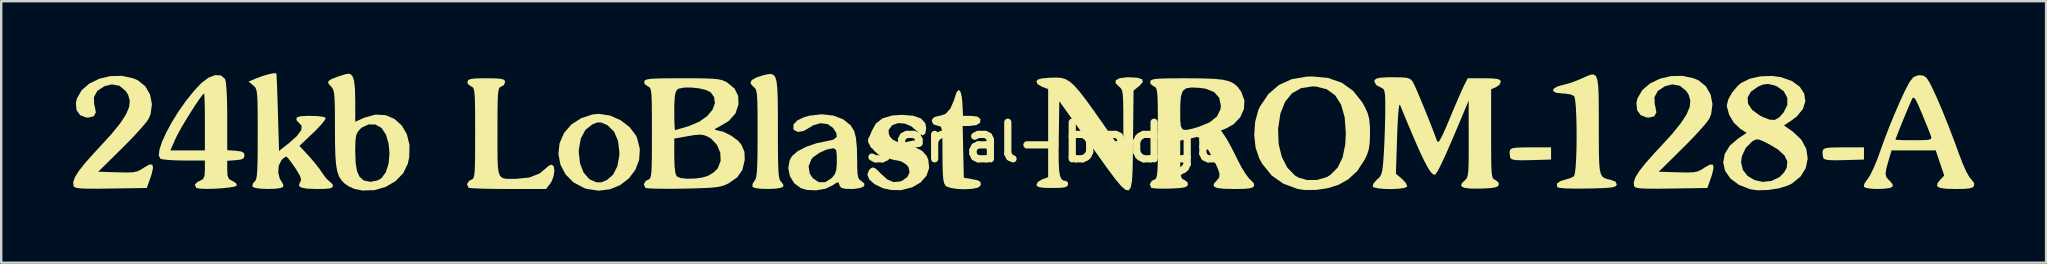
<source format=kicad_pcb>
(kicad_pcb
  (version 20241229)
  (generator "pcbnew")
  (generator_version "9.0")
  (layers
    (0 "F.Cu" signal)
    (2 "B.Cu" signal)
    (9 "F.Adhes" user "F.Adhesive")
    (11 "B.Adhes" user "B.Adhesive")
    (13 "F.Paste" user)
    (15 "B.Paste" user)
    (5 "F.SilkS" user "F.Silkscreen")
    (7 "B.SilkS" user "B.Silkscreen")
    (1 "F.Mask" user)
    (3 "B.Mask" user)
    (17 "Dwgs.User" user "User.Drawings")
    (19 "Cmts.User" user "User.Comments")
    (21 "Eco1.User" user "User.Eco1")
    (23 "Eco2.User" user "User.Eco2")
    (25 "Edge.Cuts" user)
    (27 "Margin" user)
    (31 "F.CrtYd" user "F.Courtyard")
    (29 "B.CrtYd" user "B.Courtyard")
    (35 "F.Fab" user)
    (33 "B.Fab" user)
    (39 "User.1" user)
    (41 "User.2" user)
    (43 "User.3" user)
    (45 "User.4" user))
  (footprint "serial-badge"
    (layer "F.Cu")
    (at 40.539 2.878)
    (property "Reference" "serial-badge" (at 0 0 0) (layer "F.SilkS") (effects (font (size 1.524 1.524) (thickness 0.3))))
    (attr board_only exclude_from_pos_files exclude_from_bom)
    (fp_poly (pts (xy 21.04 0.72) (xy 20.213 0.744) (xy 19.817 0.751) (xy 19.559 0.741) (xy 19.412 0.711) (xy 19.344 0.657) (xy 19.338 0.643) (xy 19.311 0.452) (xy 19.319 0.365) (xy 19.35 0.294) (xy 19.432 0.249) (xy 19.596 0.224) (xy 19.874 0.214) (xy 20.194 0.212) (xy 21.04 0.212)) (stroke (width 0) (type solid)) (fill yes) (layer "F.SilkS"))
    (fp_poly (pts (xy 34.078 0.72) (xy 33.251 0.744) (xy 32.855 0.751) (xy 32.598 0.741) (xy 32.451 0.711) (xy 32.383 0.657) (xy 32.376 0.643) (xy 32.35 0.452) (xy 32.358 0.365) (xy 32.389 0.294) (xy 32.471 0.249) (xy 32.635 0.224) (xy 32.912 0.214) (xy 33.233 0.212) (xy 34.078 0.212)) (stroke (width 0) (type solid)) (fill yes) (layer "F.SilkS"))
    (fp_poly (pts (xy -11.366 -2.815) (xy -11.289 -2.721) (xy -11.236 -2.548) (xy -11.203 -2.278) (xy -11.185 -1.895) (xy -11.178 -1.382) (xy -11.176 -0.72) (xy -11.176 -0.522) (xy -11.175 0.131) (xy -11.171 0.635) (xy -11.162 1.01) (xy -11.148 1.277) (xy -11.127 1.456) (xy -11.097 1.567) (xy -11.058 1.631) (xy -11.036 1.65) (xy -10.948 1.773) (xy -10.956 1.85) (xy -11.069 1.901) (xy -11.294 1.933) (xy -11.578 1.946) (xy -11.866 1.939) (xy -12.102 1.912) (xy -12.231 1.865) (xy -12.238 1.857) (xy -12.231 1.733) (xy -12.158 1.618) (xy -12.112 1.546) (xy -12.078 1.43) (xy -12.054 1.247) (xy -12.037 0.976) (xy -12.028 0.595) (xy -12.023 0.082) (xy -12.023 -0.362) (xy -12.023 -0.964) (xy -12.026 -1.419) (xy -12.034 -1.749) (xy -12.049 -1.979) (xy -12.073 -2.128) (xy -12.107 -2.222) (xy -12.155 -2.281) (xy -12.205 -2.32) (xy -12.321 -2.457) (xy -12.27 -2.588) (xy -12.055 -2.709) (xy -11.79 -2.79) (xy -11.612 -2.832) (xy -11.472 -2.846)) (stroke (width 0) (type solid)) (fill yes) (layer "F.SilkS"))
    (fp_poly (pts (xy -18.17 -1.113) (xy -17.731 -0.919) (xy -17.354 -0.632) (xy -17.088 -0.28) (xy -17.048 -0.195) (xy -16.928 0.282) (xy -16.958 0.736) (xy -17.117 1.15) (xy -17.385 1.505) (xy -17.742 1.78) (xy -18.168 1.958) (xy -18.643 2.018) (xy -19.146 1.942) (xy -19.25 1.908) (xy -19.695 1.671) (xy -20.026 1.336) (xy -20.236 0.934) (xy -20.321 0.493) (xy -20.314 0.423) (xy -19.473 0.423) (xy -19.421 0.878) (xy -19.276 1.255) (xy -19.052 1.517) (xy -18.975 1.566) (xy -18.732 1.671) (xy -18.527 1.668) (xy -18.295 1.57) (xy -18.041 1.347) (xy -17.866 1) (xy -17.784 0.558) (xy -17.78 0.423) (xy -17.837 -0.061) (xy -18.003 -0.442) (xy -18.267 -0.702) (xy -18.344 -0.743) (xy -18.551 -0.826) (xy -18.712 -0.824) (xy -18.91 -0.743) (xy -19.197 -0.515) (xy -19.387 -0.161) (xy -19.47 0.3) (xy -19.473 0.423) (xy -20.314 0.423) (xy -20.274 0.044) (xy -20.089 -0.383) (xy -19.785 -0.738) (xy -19.371 -1.005) (xy -18.898 -1.159) (xy -18.627 -1.184)) (stroke (width 0) (type solid)) (fill yes) (layer "F.SilkS"))
    (fp_poly (pts (xy -3.569 -2.112) (xy -3.513 -1.892) (xy -3.488 -1.623) (xy -3.463 -1.101) (xy -3.126 -1.101) (xy -2.861 -1.069) (xy -2.739 -0.97) (xy -2.737 -0.965) (xy -2.749 -0.814) (xy -2.909 -0.715) (xy -3.199 -0.679) (xy -3.476 -0.677) (xy -3.453 0.401) (xy -3.429 1.479) (xy -3.111 1.531) (xy -2.851 1.586) (xy -2.732 1.658) (xy -2.723 1.769) (xy -2.739 1.817) (xy -2.848 1.892) (xy -3.074 1.939) (xy -3.368 1.957) (xy -3.678 1.947) (xy -3.955 1.908) (xy -4.148 1.842) (xy -4.185 1.814) (xy -4.24 1.729) (xy -4.278 1.584) (xy -4.302 1.353) (xy -4.314 1.007) (xy -4.318 0.52) (xy -4.318 0.502) (xy -4.32 0.033) (xy -4.326 -0.292) (xy -4.342 -0.499) (xy -4.37 -0.616) (xy -4.414 -0.666) (xy -4.477 -0.677) (xy -4.661 -0.733) (xy -4.729 -0.789) (xy -4.766 -0.929) (xy -4.668 -1.044) (xy -4.468 -1.1) (xy -4.431 -1.101) (xy -4.192 -1.181) (xy -3.987 -1.409) (xy -3.835 -1.762) (xy -3.816 -1.834) (xy -3.728 -2.088) (xy -3.643 -2.179)) (stroke (width 0) (type solid)) (fill yes) (layer "F.SilkS"))
    (fp_poly (pts (xy 22.91 -2.757) (xy 22.968 -2.606) (xy 23.003 -2.354) (xy 23.022 -1.984) (xy 23.028 -1.48) (xy 23.029 -0.827) (xy 23.029 -0.677) (xy 23.03 -0.022) (xy 23.034 0.484) (xy 23.046 0.862) (xy 23.07 1.131) (xy 23.112 1.313) (xy 23.175 1.427) (xy 23.265 1.494) (xy 23.384 1.534) (xy 23.521 1.564) (xy 23.722 1.638) (xy 23.776 1.75) (xy 23.774 1.765) (xy 23.743 1.821) (xy 23.66 1.862) (xy 23.498 1.89) (xy 23.232 1.909) (xy 22.837 1.922) (xy 22.548 1.928) (xy 22.028 1.932) (xy 21.637 1.922) (xy 21.387 1.898) (xy 21.295 1.865) (xy 21.281 1.724) (xy 21.433 1.615) (xy 21.612 1.563) (xy 21.836 1.497) (xy 21.991 1.42) (xy 21.992 1.419) (xy 22.031 1.305) (xy 22.062 1.055) (xy 22.084 0.702) (xy 22.099 0.277) (xy 22.105 -0.185) (xy 22.102 -0.652) (xy 22.091 -1.091) (xy 22.072 -1.47) (xy 22.044 -1.755) (xy 22.007 -1.914) (xy 21.996 -1.93) (xy 21.853 -1.994) (xy 21.617 -2.029) (xy 21.536 -2.032) (xy 21.253 -2.061) (xy 21.124 -2.134) (xy 21.145 -2.23) (xy 21.313 -2.329) (xy 21.59 -2.403) (xy 21.836 -2.47) (xy 22.147 -2.585) (xy 22.342 -2.669) (xy 22.546 -2.762) (xy 22.705 -2.819) (xy 22.824 -2.822)) (stroke (width 0) (type solid)) (fill yes) (layer "F.SilkS"))
    (fp_poly (pts (xy 11.758 -2.678) (xy 12.322 -2.479) (xy 12.791 -2.144) (xy 13.17 -1.667) (xy 13.275 -1.482) (xy 13.395 -1.221) (xy 13.463 -0.971) (xy 13.492 -0.663) (xy 13.496 -0.381) (xy 13.486 0.005) (xy 13.447 0.288) (xy 13.365 0.535) (xy 13.275 0.72) (xy 12.965 1.198) (xy 12.585 1.548) (xy 12.179 1.774) (xy 11.747 1.911) (xy 11.25 1.985) (xy 10.768 1.989) (xy 10.476 1.945) (xy 9.881 1.724) (xy 9.399 1.384) (xy 9.015 0.911) (xy 8.882 0.677) (xy 8.729 0.227) (xy 8.671 -0.3) (xy 8.687 -0.536) (xy 9.666 -0.536) (xy 9.689 0.074) (xy 9.82 0.613) (xy 10.048 1.055) (xy 10.363 1.379) (xy 10.511 1.47) (xy 10.881 1.575) (xy 11.297 1.568) (xy 11.686 1.454) (xy 11.835 1.368) (xy 12.146 1.056) (xy 12.355 0.632) (xy 12.466 0.082) (xy 12.488 -0.381) (xy 12.439 -1.043) (xy 12.29 -1.568) (xy 12.043 -1.957) (xy 11.697 -2.208) (xy 11.254 -2.321) (xy 11.091 -2.328) (xy 10.625 -2.255) (xy 10.246 -2.04) (xy 9.957 -1.687) (xy 9.764 -1.201) (xy 9.669 -0.588) (xy 9.666 -0.536) (xy 8.687 -0.536) (xy 8.708 -0.841) (xy 8.839 -1.333) (xy 8.907 -1.482) (xy 9.259 -2.005) (xy 9.698 -2.386) (xy 10.231 -2.628) (xy 10.864 -2.736) (xy 11.091 -2.743)) (stroke (width 0) (type solid)) (fill yes) (layer "F.SilkS"))
    (fp_poly (pts (xy -5.537 -1.105) (xy -5.214 -0.991) (xy -5.036 -0.797) (xy -4.995 -0.596) (xy -5.034 -0.365) (xy -5.139 -0.286) (xy -5.293 -0.365) (xy -5.37 -0.449) (xy -5.613 -0.663) (xy -5.894 -0.78) (xy -6.173 -0.798) (xy -6.408 -0.714) (xy -6.555 -0.528) (xy -6.562 -0.507) (xy -6.554 -0.289) (xy -6.389 -0.104) (xy -6.079 0.037) (xy -5.914 0.079) (xy -5.473 0.201) (xy -5.172 0.354) (xy -4.985 0.556) (xy -4.911 0.719) (xy -4.874 1.072) (xy -4.986 1.397) (xy -5.228 1.673) (xy -5.581 1.877) (xy -6.024 1.989) (xy -6.067 1.994) (xy -6.458 1.989) (xy -6.8 1.914) (xy -7.149 1.744) (xy -7.369 1.549) (xy -7.449 1.346) (xy -7.377 1.154) (xy -7.317 1.095) (xy -7.22 1.046) (xy -7.111 1.088) (xy -6.951 1.24) (xy -6.908 1.287) (xy -6.619 1.548) (xy -6.355 1.66) (xy -6.083 1.634) (xy -6.004 1.606) (xy -5.781 1.448) (xy -5.689 1.242) (xy -5.739 1.028) (xy -5.839 0.917) (xy -6.028 0.802) (xy -6.175 0.762) (xy -6.338 0.736) (xy -6.586 0.669) (xy -6.722 0.625) (xy -7.008 0.499) (xy -7.185 0.333) (xy -7.263 0.198) (xy -7.344 -0.008) (xy -7.352 -0.183) (xy -7.288 -0.415) (xy -7.278 -0.444) (xy -7.097 -0.776) (xy -6.816 -0.996) (xy -6.418 -1.115) (xy -6.008 -1.143)) (stroke (width 0) (type solid)) (fill yes) (layer "F.SilkS"))
    (fp_poly (pts (xy -38.041 -2.666) (xy -37.841 -2.58) (xy -37.534 -2.333) (xy -37.337 -1.988) (xy -37.259 -1.588) (xy -37.314 -1.174) (xy -37.387 -0.991) (xy -37.492 -0.839) (xy -37.696 -0.598) (xy -37.973 -0.294) (xy -38.301 0.046) (xy -38.509 0.254) (xy -39.497 1.228) (xy -38.7 1.252) (xy -38.318 1.26) (xy -38.059 1.251) (xy -37.879 1.216) (xy -37.731 1.149) (xy -37.602 1.063) (xy -37.374 0.93) (xy -37.244 0.929) (xy -37.212 1.063) (xy -37.273 1.336) (xy -37.312 1.452) (xy -37.471 1.905) (xy -38.973 1.928) (xy -39.52 1.935) (xy -39.921 1.934) (xy -40.199 1.925) (xy -40.376 1.905) (xy -40.476 1.874) (xy -40.521 1.829) (xy -40.525 1.821) (xy -40.539 1.662) (xy -40.468 1.457) (xy -40.301 1.19) (xy -40.03 0.849) (xy -39.644 0.417) (xy -39.442 0.202) (xy -38.951 -0.334) (xy -38.587 -0.782) (xy -38.341 -1.155) (xy -38.208 -1.469) (xy -38.181 -1.74) (xy -38.251 -1.981) (xy -38.353 -2.138) (xy -38.615 -2.355) (xy -38.932 -2.412) (xy -39.242 -2.334) (xy -39.533 -2.142) (xy -39.676 -1.881) (xy -39.664 -1.57) (xy -39.642 -1.503) (xy -39.595 -1.243) (xy -39.684 -1.083) (xy -39.905 -1.028) (xy -39.997 -1.033) (xy -40.25 -1.129) (xy -40.399 -1.338) (xy -40.428 -1.63) (xy -40.386 -1.822) (xy -40.187 -2.169) (xy -39.865 -2.447) (xy -39.454 -2.647) (xy -38.99 -2.757) (xy -38.507 -2.767)) (stroke (width 0) (type solid)) (fill yes) (layer "F.SilkS"))
    (fp_poly (pts (xy 26.983 -2.666) (xy 27.183 -2.58) (xy 27.49 -2.333) (xy 27.687 -1.988) (xy 27.765 -1.588) (xy 27.71 -1.174) (xy 27.637 -0.991) (xy 27.532 -0.839) (xy 27.328 -0.598) (xy 27.051 -0.294) (xy 26.723 0.046) (xy 26.515 0.254) (xy 25.527 1.228) (xy 26.324 1.252) (xy 26.706 1.26) (xy 26.965 1.251) (xy 27.145 1.216) (xy 27.293 1.149) (xy 27.422 1.063) (xy 27.65 0.93) (xy 27.78 0.929) (xy 27.812 1.063) (xy 27.751 1.336) (xy 27.712 1.452) (xy 27.553 1.905) (xy 26.051 1.928) (xy 25.504 1.935) (xy 25.103 1.934) (xy 24.825 1.925) (xy 24.648 1.905) (xy 24.548 1.874) (xy 24.503 1.829) (xy 24.499 1.821) (xy 24.485 1.662) (xy 24.556 1.457) (xy 24.723 1.19) (xy 24.994 0.849) (xy 25.38 0.417) (xy 25.582 0.202) (xy 26.073 -0.334) (xy 26.437 -0.782) (xy 26.683 -1.155) (xy 26.816 -1.469) (xy 26.843 -1.74) (xy 26.773 -1.981) (xy 26.671 -2.138) (xy 26.409 -2.355) (xy 26.092 -2.412) (xy 25.782 -2.334) (xy 25.491 -2.142) (xy 25.348 -1.881) (xy 25.36 -1.57) (xy 25.382 -1.503) (xy 25.429 -1.243) (xy 25.34 -1.083) (xy 25.119 -1.028) (xy 25.027 -1.033) (xy 24.774 -1.129) (xy 24.625 -1.338) (xy 24.596 -1.63) (xy 24.638 -1.822) (xy 24.837 -2.169) (xy 25.159 -2.447) (xy 25.57 -2.647) (xy 26.034 -2.757) (xy 26.517 -2.767)) (stroke (width 0) (type solid)) (fill yes) (layer "F.SilkS"))
    (fp_poly (pts (xy -22.956 -2.662) (xy -22.724 -2.645) (xy -22.598 -2.609) (xy -22.545 -2.549) (xy -22.539 -2.526) (xy -22.587 -2.388) (xy -22.686 -2.33) (xy -22.743 -2.305) (xy -22.786 -2.259) (xy -22.817 -2.169) (xy -22.838 -2.014) (xy -22.85 -1.772) (xy -22.857 -1.421) (xy -22.86 -0.941) (xy -22.86 -0.427) (xy -22.861 0.198) (xy -22.858 0.673) (xy -22.844 1.019) (xy -22.81 1.257) (xy -22.749 1.406) (xy -22.652 1.488) (xy -22.512 1.521) (xy -22.32 1.526) (xy -22.088 1.524) (xy -21.537 1.469) (xy -21.111 1.304) (xy -20.878 1.112) (xy -20.723 0.979) (xy -20.603 0.931) (xy -20.516 1.001) (xy -20.489 1.174) (xy -20.518 1.399) (xy -20.6 1.622) (xy -20.665 1.724) (xy -20.84 1.947) (xy -22.429 1.947) (xy -22.931 1.944) (xy -23.374 1.936) (xy -23.73 1.924) (xy -23.973 1.909) (xy -24.073 1.891) (xy -24.074 1.891) (xy -24.129 1.743) (xy -24.045 1.608) (xy -23.961 1.566) (xy -23.906 1.542) (xy -23.864 1.494) (xy -23.834 1.401) (xy -23.814 1.242) (xy -23.801 0.995) (xy -23.794 0.64) (xy -23.792 0.155) (xy -23.791 -0.381) (xy -23.792 -0.994) (xy -23.795 -1.459) (xy -23.802 -1.797) (xy -23.816 -2.03) (xy -23.837 -2.178) (xy -23.869 -2.264) (xy -23.912 -2.308) (xy -23.965 -2.33) (xy -24.098 -2.432) (xy -24.112 -2.526) (xy -24.075 -2.594) (xy -23.973 -2.637) (xy -23.775 -2.659) (xy -23.448 -2.667) (xy -23.326 -2.667)) (stroke (width 0) (type solid)) (fill yes) (layer "F.SilkS"))
    (fp_poly (pts (xy -28.964 -2.823) (xy -28.9 -2.747) (xy -28.837 -2.572) (xy -28.8 -2.247) (xy -28.787 -1.763) (xy -28.787 -1.724) (xy -28.787 -0.856) (xy -28.396 -1.029) (xy -27.941 -1.154) (xy -27.52 -1.129) (xy -27.152 -0.972) (xy -26.851 -0.702) (xy -26.637 -0.336) (xy -26.527 0.106) (xy -26.536 0.608) (xy -26.595 0.889) (xy -26.789 1.29) (xy -27.108 1.619) (xy -27.52 1.859) (xy -27.991 1.995) (xy -28.487 2.01) (xy -28.817 1.945) (xy -29.061 1.836) (xy -29.231 1.719) (xy -29.363 1.582) (xy -29.464 1.422) (xy -29.536 1.214) (xy -29.585 0.934) (xy -29.615 0.557) (xy -29.62 0.373) (xy -28.787 0.373) (xy -28.77 0.858) (xy -28.713 1.203) (xy -28.61 1.434) (xy -28.451 1.578) (xy -28.417 1.596) (xy -28.149 1.648) (xy -27.857 1.59) (xy -27.695 1.496) (xy -27.509 1.243) (xy -27.397 0.887) (xy -27.359 0.475) (xy -27.396 0.058) (xy -27.507 -0.317) (xy -27.691 -0.598) (xy -27.941 -0.739) (xy -28.232 -0.744) (xy -28.51 -0.615) (xy -28.579 -0.554) (xy -28.682 -0.435) (xy -28.744 -0.302) (xy -28.775 -0.11) (xy -28.786 0.187) (xy -28.787 0.373) (xy -29.62 0.373) (xy -29.629 0.06) (xy -29.633 -0.577) (xy -29.634 -1.138) (xy -29.639 -1.554) (xy -29.651 -1.851) (xy -29.67 -2.052) (xy -29.701 -2.182) (xy -29.745 -2.267) (xy -29.801 -2.327) (xy -29.909 -2.449) (xy -29.908 -2.544) (xy -29.78 -2.633) (xy -29.508 -2.737) (xy -29.449 -2.757) (xy -29.195 -2.836) (xy -29.05 -2.859)) (stroke (width 0) (type solid)) (fill yes) (layer "F.SilkS"))
    (fp_poly (pts (xy 3.814 -2.688) (xy 4.002 -2.623) (xy 4.029 -2.512) (xy 3.895 -2.356) (xy 3.868 -2.334) (xy 3.644 -2.155) (xy 3.621 -0.083) (xy 3.614 0.63) (xy 3.603 1.194) (xy 3.577 1.61) (xy 3.527 1.879) (xy 3.442 2.004) (xy 3.312 1.985) (xy 3.126 1.824) (xy 2.874 1.523) (xy 2.547 1.082) (xy 2.133 0.504) (xy 1.891 0.166) (xy 0.55 -1.711) (xy 0.527 -0.168) (xy 0.521 0.429) (xy 0.526 0.877) (xy 0.545 1.197) (xy 0.582 1.409) (xy 0.639 1.535) (xy 0.721 1.595) (xy 0.821 1.609) (xy 0.912 1.674) (xy 0.915 1.757) (xy 0.876 1.834) (xy 0.77 1.879) (xy 0.564 1.9) (xy 0.254 1.905) (xy -0.085 1.898) (xy -0.288 1.871) (xy -0.384 1.82) (xy -0.403 1.776) (xy -0.348 1.653) (xy -0.172 1.551) (xy 0.085 1.454) (xy 0.085 -2.216) (xy -0.172 -2.313) (xy -0.354 -2.421) (xy -0.404 -2.538) (xy -0.345 -2.612) (xy -0.184 -2.659) (xy 0.109 -2.686) (xy 0.214 -2.691) (xy 0.441 -2.696) (xy 0.634 -2.681) (xy 0.809 -2.63) (xy 0.982 -2.53) (xy 1.168 -2.367) (xy 1.382 -2.125) (xy 1.642 -1.792) (xy 1.961 -1.351) (xy 2.357 -0.79) (xy 2.486 -0.604) (xy 3.217 0.442) (xy 3.217 -0.875) (xy 3.216 -1.376) (xy 3.21 -1.734) (xy 3.196 -1.978) (xy 3.17 -2.134) (xy 3.129 -2.23) (xy 3.07 -2.294) (xy 3.037 -2.318) (xy 2.89 -2.467) (xy 2.903 -2.587) (xy 3.067 -2.67) (xy 3.371 -2.708) (xy 3.464 -2.709)) (stroke (width 0) (type solid)) (fill yes) (layer "F.SilkS"))
    (fp_poly (pts (xy -34.383 -2.784) (xy -34.216 -2.643) (xy -34.208 -2.63) (xy -34.177 -2.488) (xy -34.151 -2.205) (xy -34.132 -1.81) (xy -34.122 -1.332) (xy -34.121 -1.069) (xy -34.121 0.329) (xy -33.761 0.355) (xy -33.529 0.386) (xy -33.423 0.451) (xy -33.401 0.55) (xy -33.432 0.662) (xy -33.553 0.72) (xy -33.761 0.746) (xy -34.121 0.772) (xy -34.121 1.15) (xy -34.107 1.394) (xy -34.049 1.527) (xy -33.919 1.605) (xy -33.902 1.611) (xy -33.755 1.705) (xy -33.718 1.8) (xy -33.811 1.845) (xy -34.028 1.884) (xy -34.324 1.915) (xy -34.654 1.936) (xy -34.972 1.943) (xy -35.234 1.934) (xy -35.393 1.907) (xy -35.416 1.894) (xy -35.47 1.764) (xy -35.357 1.65) (xy -35.264 1.609) (xy -35.13 1.534) (xy -35.068 1.407) (xy -35.052 1.172) (xy -35.052 1.145) (xy -35.052 0.762) (xy -35.92 0.761) (xy -36.297 0.753) (xy -36.617 0.733) (xy -36.838 0.705) (xy -36.909 0.683) (xy -36.974 0.547) (xy -36.949 0.339) (xy -36.489 0.339) (xy -35.052 0.339) (xy -35.052 -0.847) (xy -35.054 -1.273) (xy -35.061 -1.631) (xy -35.07 -1.891) (xy -35.082 -2.022) (xy -35.086 -2.032) (xy -35.158 -1.964) (xy -35.294 -1.781) (xy -35.473 -1.517) (xy -35.674 -1.203) (xy -35.878 -0.871) (xy -36.063 -0.556) (xy -36.209 -0.287) (xy -36.276 -0.148) (xy -36.489 0.339) (xy -36.949 0.339) (xy -36.945 0.303) (xy -36.835 -0.026) (xy -36.657 -0.417) (xy -36.423 -0.846) (xy -36.146 -1.291) (xy -35.839 -1.727) (xy -35.513 -2.133) (xy -35.201 -2.466) (xy -34.907 -2.69) (xy -34.624 -2.798)) (stroke (width 0) (type solid)) (fill yes) (layer "F.SilkS"))
    (fp_poly (pts (xy -8.863 -1.112) (xy -8.452 -0.954) (xy -8.142 -0.703) (xy -7.996 -0.467) (xy -7.925 -0.185) (xy -7.884 0.243) (xy -7.874 0.672) (xy -7.871 1.063) (xy -7.857 1.319) (xy -7.826 1.474) (xy -7.772 1.562) (xy -7.708 1.607) (xy -7.57 1.723) (xy -7.586 1.828) (xy -7.739 1.906) (xy -8.012 1.945) (xy -8.103 1.947) (xy -8.379 1.938) (xy -8.53 1.899) (xy -8.599 1.818) (xy -8.61 1.782) (xy -8.648 1.678) (xy -8.712 1.671) (xy -8.853 1.764) (xy -8.893 1.794) (xy -9.202 1.938) (xy -9.589 2.003) (xy -9.978 1.984) (xy -10.218 1.913) (xy -10.497 1.706) (xy -10.677 1.41) (xy -10.744 1.074) (xy -10.731 1.002) (xy -9.896 1.002) (xy -9.851 1.302) (xy -9.722 1.497) (xy -9.473 1.663) (xy -9.208 1.664) (xy -8.943 1.5) (xy -8.928 1.486) (xy -8.807 1.335) (xy -8.744 1.158) (xy -8.722 0.893) (xy -8.721 0.766) (xy -8.726 0.482) (xy -8.752 0.327) (xy -8.812 0.265) (xy -8.898 0.254) (xy -9.163 0.309) (xy -9.459 0.445) (xy -9.705 0.621) (xy -9.782 0.707) (xy -9.896 1.002) (xy -10.731 1.002) (xy -10.686 0.745) (xy -10.586 0.574) (xy -10.349 0.371) (xy -9.991 0.185) (xy -9.561 0.039) (xy -9.165 -0.041) (xy -8.866 -0.109) (xy -8.726 -0.22) (xy -8.74 -0.388) (xy -8.879 -0.6) (xy -9.107 -0.758) (xy -9.4 -0.794) (xy -9.709 -0.706) (xy -9.861 -0.61) (xy -10.111 -0.467) (xy -10.338 -0.431) (xy -10.498 -0.503) (xy -10.534 -0.563) (xy -10.524 -0.746) (xy -10.362 -0.914) (xy -10.067 -1.052) (xy -9.864 -1.108) (xy -9.343 -1.167)) (stroke (width 0) (type solid)) (fill yes) (layer "F.SilkS"))
    (fp_poly (pts (xy 30.614 -2.715) (xy 31.071 -2.554) (xy 31.398 -2.319) (xy 31.588 -2.031) (xy 31.635 -1.714) (xy 31.535 -1.388) (xy 31.281 -1.077) (xy 31.072 -0.918) (xy 30.742 -0.704) (xy 31.124 -0.435) (xy 31.472 -0.104) (xy 31.674 0.278) (xy 31.734 0.679) (xy 31.653 1.072) (xy 31.436 1.427) (xy 31.084 1.715) (xy 30.921 1.798) (xy 30.536 1.919) (xy 30.086 1.989) (xy 29.647 2.001) (xy 29.337 1.958) (xy 28.859 1.77) (xy 28.509 1.506) (xy 28.291 1.189) (xy 28.213 0.84) (xy 28.216 0.824) (xy 28.956 0.824) (xy 29.03 1.148) (xy 29.228 1.403) (xy 29.516 1.575) (xy 29.857 1.65) (xy 30.216 1.613) (xy 30.558 1.452) (xy 30.565 1.447) (xy 30.75 1.257) (xy 30.858 1.065) (xy 30.885 0.798) (xy 30.762 0.544) (xy 30.484 0.295) (xy 30.163 0.102) (xy 29.885 -0.041) (xy 29.709 -0.112) (xy 29.588 -0.119) (xy 29.476 -0.069) (xy 29.42 -0.033) (xy 29.155 0.231) (xy 28.991 0.58) (xy 28.956 0.824) (xy 28.216 0.824) (xy 28.278 0.481) (xy 28.492 0.136) (xy 28.827 -0.15) (xy 29.188 -0.39) (xy 28.916 -0.568) (xy 28.656 -0.816) (xy 28.459 -1.146) (xy 28.366 -1.487) (xy 28.363 -1.545) (xy 28.426 -1.79) (xy 28.469 -1.867) (xy 29.231 -1.867) (xy 29.247 -1.607) (xy 29.416 -1.351) (xy 29.734 -1.118) (xy 29.837 -1.065) (xy 30.141 -0.943) (xy 30.359 -0.93) (xy 30.545 -1.035) (xy 30.727 -1.239) (xy 30.883 -1.549) (xy 30.883 -1.854) (xy 30.738 -2.123) (xy 30.46 -2.325) (xy 30.316 -2.379) (xy 30.071 -2.432) (xy 29.866 -2.404) (xy 29.663 -2.318) (xy 29.368 -2.11) (xy 29.231 -1.867) (xy 28.469 -1.867) (xy 28.587 -2.076) (xy 28.811 -2.343) (xy 28.956 -2.469) (xy 29.31 -2.645) (xy 29.761 -2.747) (xy 30.249 -2.764)) (stroke (width 0) (type solid)) (fill yes) (layer "F.SilkS"))
    (fp_poly (pts (xy 36.565 -2.773) (xy 36.687 -2.683) (xy 36.812 -2.487) (xy 36.867 -2.382) (xy 37.081 -1.928) (xy 37.33 -1.351) (xy 37.598 -0.687) (xy 37.869 0.024) (xy 38.025 0.454) (xy 38.192 0.889) (xy 38.347 1.235) (xy 38.479 1.464) (xy 38.54 1.534) (xy 38.667 1.696) (xy 38.666 1.809) (xy 38.609 1.879) (xy 38.481 1.921) (xy 38.248 1.942) (xy 37.896 1.947) (xy 37.487 1.936) (xy 37.233 1.897) (xy 37.122 1.824) (xy 37.141 1.708) (xy 37.244 1.576) (xy 37.422 1.386) (xy 37.245 0.863) (xy 37.068 0.339) (xy 35.228 0.339) (xy 35.098 0.777) (xy 35.008 1.103) (xy 34.978 1.313) (xy 35.009 1.452) (xy 35.106 1.565) (xy 35.15 1.603) (xy 35.266 1.743) (xy 35.272 1.849) (xy 35.158 1.903) (xy 34.934 1.935) (xy 34.656 1.946) (xy 34.381 1.936) (xy 34.167 1.903) (xy 34.074 1.856) (xy 34.088 1.74) (xy 34.197 1.571) (xy 34.226 1.538) (xy 34.338 1.365) (xy 34.481 1.074) (xy 34.632 0.709) (xy 34.742 0.405) (xy 34.922 -0.095) (xy 34.927 -0.111) (xy 35.391 -0.111) (xy 35.469 -0.099) (xy 35.679 -0.09) (xy 35.983 -0.085) (xy 36.158 -0.085) (xy 36.521 -0.088) (xy 36.744 -0.101) (xy 36.856 -0.13) (xy 36.888 -0.181) (xy 36.878 -0.233) (xy 36.826 -0.371) (xy 36.726 -0.625) (xy 36.593 -0.952) (xy 36.501 -1.176) (xy 36.349 -1.533) (xy 36.243 -1.752) (xy 36.17 -1.851) (xy 36.116 -1.853) (xy 36.086 -1.811) (xy 36.026 -1.681) (xy 35.926 -1.448) (xy 35.802 -1.151) (xy 35.67 -0.831) (xy 35.548 -0.528) (xy 35.452 -0.282) (xy 35.397 -0.135) (xy 35.391 -0.111) (xy 34.927 -0.111) (xy 35.13 -0.636) (xy 35.353 -1.18) (xy 35.573 -1.689) (xy 35.775 -2.125) (xy 35.942 -2.449) (xy 35.982 -2.519) (xy 36.142 -2.717) (xy 36.328 -2.79) (xy 36.404 -2.794)) (stroke (width 0) (type solid)) (fill yes) (layer "F.SilkS"))
    (fp_poly (pts (xy -32.075 -2.872) (xy -32.072 -2.868) (xy -32.065 -2.778) (xy -32.054 -2.544) (xy -32.04 -2.196) (xy -32.025 -1.758) (xy -32.009 -1.258) (xy -32.009 -1.238) (xy -31.962 0.361) (xy -31.524 0.014) (xy -31.21 -0.268) (xy -31.039 -0.503) (xy -31.017 -0.682) (xy -31.105 -0.779) (xy -31.222 -0.903) (xy -31.242 -0.978) (xy -31.203 -1.045) (xy -31.067 -1.084) (xy -30.804 -1.099) (xy -30.654 -1.101) (xy -30.354 -1.09) (xy -30.126 -1.061) (xy -30.017 -1.02) (xy -30.016 -1.019) (xy -30.051 -0.929) (xy -30.188 -0.755) (xy -30.401 -0.528) (xy -30.539 -0.393) (xy -31.113 0.151) (xy -30.73 0.562) (xy -30.494 0.833) (xy -30.277 1.11) (xy -30.158 1.283) (xy -30.012 1.487) (xy -29.876 1.621) (xy -29.843 1.64) (xy -29.732 1.754) (xy -29.718 1.818) (xy -29.748 1.884) (xy -29.859 1.924) (xy -30.082 1.943) (xy -30.39 1.947) (xy -30.792 1.933) (xy -31.037 1.888) (xy -31.136 1.808) (xy -31.1 1.687) (xy -31.075 1.654) (xy -31.042 1.556) (xy -31.088 1.404) (xy -31.225 1.166) (xy -31.291 1.065) (xy -31.458 0.826) (xy -31.592 0.656) (xy -31.664 0.593) (xy -31.761 0.649) (xy -31.864 0.748) (xy -31.975 0.976) (xy -31.996 1.264) (xy -31.928 1.529) (xy -31.869 1.618) (xy -31.785 1.767) (xy -31.789 1.857) (xy -31.901 1.907) (xy -32.127 1.937) (xy -32.41 1.946) (xy -32.698 1.936) (xy -32.934 1.906) (xy -33.064 1.857) (xy -33.07 1.85) (xy -33.061 1.729) (xy -32.991 1.65) (xy -32.945 1.599) (xy -32.91 1.509) (xy -32.885 1.357) (xy -32.868 1.123) (xy -32.857 0.786) (xy -32.852 0.323) (xy -32.851 -0.286) (xy -32.851 -0.334) (xy -32.851 -0.946) (xy -32.854 -1.41) (xy -32.862 -1.75) (xy -32.876 -1.988) (xy -32.898 -2.147) (xy -32.932 -2.248) (xy -32.978 -2.316) (xy -33.04 -2.372) (xy -33.041 -2.373) (xy -33.232 -2.528) (xy -32.91 -2.664) (xy -32.646 -2.762) (xy -32.386 -2.837) (xy -32.179 -2.878)) (stroke (width 0) (type solid)) (fill yes) (layer "F.SilkS"))
    (fp_poly (pts (xy 6.511 -2.661) (xy 6.992 -2.644) (xy 7.354 -2.607) (xy 7.621 -2.544) (xy 7.819 -2.449) (xy 7.972 -2.316) (xy 8.106 -2.138) (xy 8.136 -2.091) (xy 8.263 -1.745) (xy 8.242 -1.384) (xy 8.088 -1.042) (xy 7.815 -0.754) (xy 7.527 -0.589) (xy 7.284 -0.488) (xy 7.452 -0.252) (xy 7.564 -0.07) (xy 7.72 0.216) (xy 7.893 0.556) (xy 7.967 0.708) (xy 8.141 1.041) (xy 8.316 1.324) (xy 8.462 1.516) (xy 8.515 1.562) (xy 8.655 1.706) (xy 8.667 1.821) (xy 8.607 1.883) (xy 8.465 1.922) (xy 8.213 1.942) (xy 7.828 1.947) (xy 7.394 1.937) (xy 7.117 1.902) (xy 6.985 1.836) (xy 6.986 1.736) (xy 7.099 1.603) (xy 7.212 1.466) (xy 7.223 1.317) (xy 7.18 1.165) (xy 7.091 0.956) (xy 6.943 0.663) (xy 6.768 0.346) (xy 6.75 0.315) (xy 6.548 -0.002) (xy 6.398 -0.176) (xy 6.286 -0.222) (xy 6.276 -0.22) (xy 6.097 -0.177) (xy 5.863 -0.127) (xy 5.588 -0.071) (xy 5.588 0.721) (xy 5.591 1.094) (xy 5.605 1.331) (xy 5.637 1.468) (xy 5.693 1.537) (xy 5.762 1.568) (xy 5.895 1.67) (xy 5.909 1.764) (xy 5.867 1.835) (xy 5.753 1.882) (xy 5.535 1.911) (xy 5.181 1.929) (xy 5.16 1.929) (xy 4.825 1.934) (xy 4.557 1.925) (xy 4.399 1.904) (xy 4.377 1.894) (xy 4.319 1.744) (xy 4.402 1.609) (xy 4.487 1.566) (xy 4.542 1.542) (xy 4.584 1.494) (xy 4.614 1.401) (xy 4.634 1.242) (xy 4.647 0.995) (xy 4.654 0.64) (xy 4.656 0.155) (xy 4.657 -0.381) (xy 4.656 -0.994) (xy 4.654 -1.309) (xy 5.588 -1.309) (xy 5.59 -0.913) (xy 5.615 -0.662) (xy 5.688 -0.536) (xy 5.836 -0.511) (xy 6.085 -0.564) (xy 6.356 -0.643) (xy 6.815 -0.83) (xy 7.119 -1.076) (xy 7.267 -1.38) (xy 7.281 -1.525) (xy 7.211 -1.855) (xy 7.001 -2.091) (xy 6.651 -2.231) (xy 6.405 -2.267) (xy 6.062 -2.283) (xy 5.831 -2.247) (xy 5.69 -2.133) (xy 5.617 -1.915) (xy 5.591 -1.568) (xy 5.588 -1.309) (xy 4.654 -1.309) (xy 4.653 -1.459) (xy 4.646 -1.797) (xy 4.632 -2.03) (xy 4.611 -2.178) (xy 4.579 -2.264) (xy 4.536 -2.308) (xy 4.483 -2.33) (xy 4.35 -2.432) (xy 4.336 -2.526) (xy 4.362 -2.577) (xy 4.431 -2.614) (xy 4.568 -2.639) (xy 4.795 -2.655) (xy 5.135 -2.663) (xy 5.61 -2.666) (xy 5.886 -2.666)) (stroke (width 0) (type solid)) (fill yes) (layer "F.SilkS"))
    (fp_poly (pts (xy -14.594 -2.666) (xy -14.176 -2.659) (xy -13.872 -2.646) (xy -13.656 -2.623) (xy -13.499 -2.588) (xy -13.374 -2.537) (xy -13.293 -2.493) (xy -12.984 -2.24) (xy -12.83 -1.929) (xy -12.817 -1.579) (xy -12.944 -1.201) (xy -13.227 -0.885) (xy -13.589 -0.668) (xy -13.778 -0.568) (xy -13.806 -0.516) (xy -13.758 -0.508) (xy -13.458 -0.441) (xy -13.128 -0.28) (xy -12.84 -0.066) (xy -12.697 0.101) (xy -12.569 0.399) (xy -12.558 0.74) (xy -12.656 1.149) (xy -12.871 1.46) (xy -13.228 1.71) (xy -13.23 1.711) (xy -13.374 1.78) (xy -13.526 1.831) (xy -13.715 1.868) (xy -13.971 1.893) (xy -14.323 1.911) (xy -14.799 1.925) (xy -15.113 1.932) (xy -15.605 1.938) (xy -16.038 1.937) (xy -16.384 1.93) (xy -16.615 1.916) (xy -16.701 1.898) (xy -16.763 1.745) (xy -16.68 1.608) (xy -16.595 1.566) (xy -16.54 1.542) (xy -16.498 1.494) (xy -16.468 1.401) (xy -16.448 1.242) (xy -16.435 0.995) (xy -16.428 0.64) (xy -16.428 0.583) (xy -15.494 0.583) (xy -15.482 0.992) (xy -15.447 1.28) (xy -15.392 1.422) (xy -15.235 1.489) (xy -14.968 1.519) (xy -14.65 1.513) (xy -14.337 1.472) (xy -14.105 1.406) (xy -13.87 1.269) (xy -13.69 1.098) (xy -13.685 1.091) (xy -13.562 0.78) (xy -13.576 0.439) (xy -13.711 0.114) (xy -13.955 -0.148) (xy -14.072 -0.221) (xy -14.241 -0.293) (xy -14.415 -0.319) (xy -14.65 -0.301) (xy -14.918 -0.257) (xy -15.494 -0.154) (xy -15.494 0.583) (xy -16.428 0.583) (xy -16.426 0.155) (xy -16.425 -0.381) (xy -16.426 -0.994) (xy -16.428 -1.302) (xy -15.494 -1.302) (xy -15.491 -0.959) (xy -15.482 -0.69) (xy -15.469 -0.533) (xy -15.461 -0.508) (xy -15.369 -0.531) (xy -15.161 -0.592) (xy -14.88 -0.677) (xy -14.876 -0.678) (xy -14.455 -0.856) (xy -14.126 -1.087) (xy -13.903 -1.351) (xy -13.801 -1.625) (xy -13.834 -1.886) (xy -13.975 -2.079) (xy -14.164 -2.176) (xy -14.451 -2.245) (xy -14.777 -2.281) (xy -15.083 -2.279) (xy -15.311 -2.233) (xy -15.368 -2.201) (xy -15.432 -2.101) (xy -15.471 -1.91) (xy -15.491 -1.599) (xy -15.494 -1.302) (xy -16.428 -1.302) (xy -16.429 -1.459) (xy -16.436 -1.797) (xy -16.45 -2.03) (xy -16.471 -2.178) (xy -16.503 -2.264) (xy -16.546 -2.308) (xy -16.599 -2.33) (xy -16.732 -2.432) (xy -16.746 -2.526) (xy -16.721 -2.576) (xy -16.652 -2.613) (xy -16.516 -2.638) (xy -16.292 -2.654) (xy -15.957 -2.663) (xy -15.488 -2.667) (xy -15.154 -2.667)) (stroke (width 0) (type solid)) (fill yes) (layer "F.SilkS"))
    (fp_poly (pts (xy 14.795 -2.705) (xy 15.019 -2.686) (xy 15.154 -2.644) (xy 15.241 -2.568) (xy 15.278 -2.516) (xy 15.348 -2.379) (xy 15.464 -2.118) (xy 15.613 -1.766) (xy 15.781 -1.359) (xy 15.953 -0.931) (xy 16.116 -0.515) (xy 16.255 -0.145) (xy 16.293 -0.042) (xy 16.332 -0.009) (xy 16.399 -0.078) (xy 16.5 -0.265) (xy 16.645 -0.583) (xy 16.81 -0.974) (xy 16.989 -1.401) (xy 17.159 -1.798) (xy 17.302 -2.124) (xy 17.403 -2.341) (xy 17.417 -2.371) (xy 17.569 -2.667) (xy 18.245 -2.667) (xy 18.594 -2.661) (xy 18.806 -2.638) (xy 18.914 -2.593) (xy 18.946 -2.534) (xy 18.896 -2.402) (xy 18.757 -2.303) (xy 18.542 -2.205) (xy 18.542 -0.346) (xy 18.543 0.261) (xy 18.546 0.719) (xy 18.553 1.052) (xy 18.567 1.279) (xy 18.589 1.424) (xy 18.622 1.506) (xy 18.667 1.548) (xy 18.716 1.568) (xy 18.849 1.67) (xy 18.863 1.764) (xy 18.821 1.836) (xy 18.705 1.883) (xy 18.484 1.912) (xy 18.126 1.93) (xy 17.687 1.931) (xy 17.41 1.895) (xy 17.29 1.822) (xy 17.321 1.708) (xy 17.42 1.61) (xy 17.487 1.55) (xy 17.535 1.476) (xy 17.569 1.365) (xy 17.591 1.192) (xy 17.603 0.931) (xy 17.608 0.557) (xy 17.608 0.047) (xy 17.608 -0.141) (xy 17.606 -1.736) (xy 17.198 -0.762) (xy 16.897 -0.053) (xy 16.653 0.505) (xy 16.462 0.916) (xy 16.321 1.19) (xy 16.226 1.331) (xy 16.19 1.355) (xy 16.11 1.324) (xy 16.014 1.224) (xy 15.896 1.041) (xy 15.749 0.764) (xy 15.567 0.379) (xy 15.344 -0.126) (xy 15.074 -0.764) (xy 14.75 -1.547) (xy 14.742 -1.566) (xy 14.716 -1.547) (xy 14.689 -1.374) (xy 14.663 -1.061) (xy 14.639 -0.622) (xy 14.624 -0.211) (xy 14.575 1.312) (xy 14.836 1.532) (xy 14.993 1.699) (xy 15.043 1.828) (xy 15.036 1.85) (xy 14.924 1.903) (xy 14.698 1.936) (xy 14.408 1.95) (xy 14.105 1.945) (xy 13.837 1.921) (xy 13.655 1.879) (xy 13.607 1.841) (xy 13.64 1.721) (xy 13.771 1.569) (xy 13.791 1.553) (xy 13.894 1.455) (xy 13.963 1.338) (xy 14.009 1.164) (xy 14.041 0.895) (xy 14.067 0.537) (xy 14.092 0.075) (xy 14.113 -0.47) (xy 14.127 -1.009) (xy 14.131 -1.251) (xy 14.132 -1.671) (xy 14.123 -1.952) (xy 14.099 -2.124) (xy 14.058 -2.216) (xy 13.994 -2.259) (xy 13.991 -2.259) (xy 13.753 -2.386) (xy 13.676 -2.534) (xy 13.688 -2.589) (xy 13.758 -2.652) (xy 13.927 -2.69) (xy 14.223 -2.707) (xy 14.443 -2.709)) (stroke (width 0) (type solid)) (fill yes) (layer "F.SilkS")))
  (gr_rect
    (start -3 -3)
    (end 82.206 7.896)
    (stroke (width 0.1) (type default))
    (fill no)
    (layer "Edge.Cuts")))
</source>
